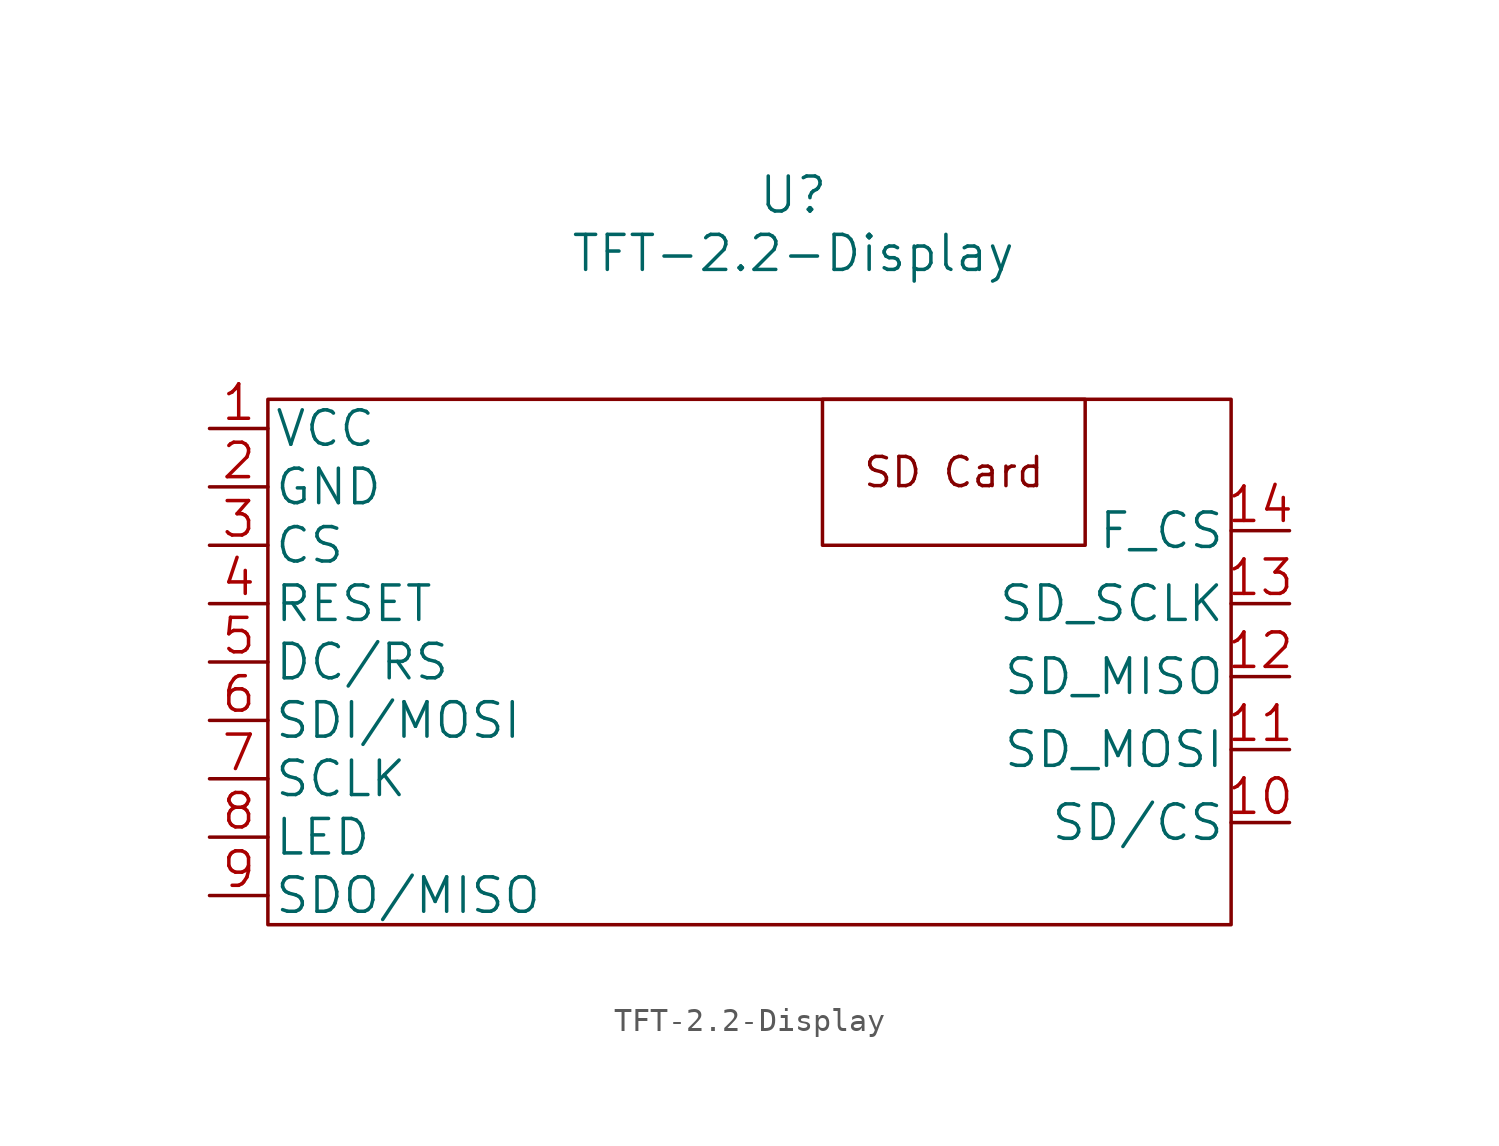
<source format=kicad_sym>
(kicad_symbol_lib
  (version 20211014)
  (generator kicad_symbol_editor)
  (symbol "TFT-2.2-Display"
    (pin_names
      (offset 0.254))
    (property "Reference" "U"
      (at 25.4 10.16 0)
      (effects (font (size 1.524 1.524))))
    (property "Value" "TFT-2.2-Display"
      (at 25.4 7.62 0)
      (effects (font (size 1.524 1.524))))
    (property "Datasheet" ""
      (at 0 0 0)
      (effects (font (size 1.524 1.524))))
    (property "ki_locked" ""
      (at 0 0 0)
      (effects (font (size 1.27 1.27))))
    (symbol "TFT-2.2-Display_0_0"
      (text "SD Card" (at 32.385 -1.905 0) (effects (font (size 1.27 1.27)))))
    (symbol "TFT-2.2-Display_1_1"
      (rectangle (start 2.54 1.27) (end 44.45 -21.59) (stroke (width 0) (type default) (color 0 0 0 0)) (fill (type none)))
      (rectangle (start 26.67 1.27) (end 38.1 -5.08) (stroke (width 0) (type default) (color 0 0 0 0)) (fill (type none)))
      (pin unspecified line (at 0 0 0) (length 2.54) (name "VCC" (effects (font (size 1.499 1.499)))) (number "1" (effects (font (size 1.499 1.499)))))
      (pin output line (at 46.99 -17.145 180) (length 2.54) (name "SD/CS" (effects (font (size 1.499 1.499)))) (number "10" (effects (font (size 1.499 1.499)))))
      (pin output line (at 46.99 -13.97 180) (length 2.54) (name "SD_MOSI" (effects (font (size 1.499 1.499)))) (number "11" (effects (font (size 1.499 1.499)))))
      (pin output line (at 46.99 -10.795 180) (length 2.54) (name "SD_MISO" (effects (font (size 1.499 1.499)))) (number "12" (effects (font (size 1.499 1.499)))))
      (pin output line (at 46.99 -7.62 180) (length 2.54) (name "SD_SCLK" (effects (font (size 1.499 1.499)))) (number "13" (effects (font (size 1.499 1.499)))))
      (pin output line (at 46.99 -4.445 180) (length 2.54) (name "F_CS" (effects (font (size 1.499 1.499)))) (number "14" (effects (font (size 1.499 1.499)))))
      (pin unspecified line (at 0 -2.54 0) (length 2.54) (name "GND" (effects (font (size 1.499 1.499)))) (number "2" (effects (font (size 1.499 1.499)))))
      (pin power_in line (at 0 -5.08 0) (length 2.54) (name "CS" (effects (font (size 1.499 1.499)))) (number "3" (effects (font (size 1.499 1.499)))))
      (pin unspecified line (at 0 -7.62 0) (length 2.54) (name "RESET" (effects (font (size 1.499 1.499)))) (number "4" (effects (font (size 1.499 1.499)))))
      (pin input line (at 0 -10.16 0) (length 2.54) (name "DC/RS" (effects (font (size 1.499 1.499)))) (number "5" (effects (font (size 1.499 1.499)))))
      (pin input line (at 0 -12.7 0) (length 2.54) (name "SDI/MOSI" (effects (font (size 1.499 1.499)))) (number "6" (effects (font (size 1.499 1.499)))))
      (pin power_in line (at 0 -15.24 0) (length 2.54) (name "SCLK" (effects (font (size 1.499 1.499)))) (number "7" (effects (font (size 1.499 1.499)))))
      (pin power_in line (at 0 -17.78 0) (length 2.54) (name "LED" (effects (font (size 1.499 1.499)))) (number "8" (effects (font (size 1.499 1.499)))))
      (pin output line (at 0 -20.32 0) (length 2.54) (name "SDO/MISO" (effects (font (size 1.499 1.499)))) (number "9" (effects (font (size 1.499 1.499))))))))
</source>
